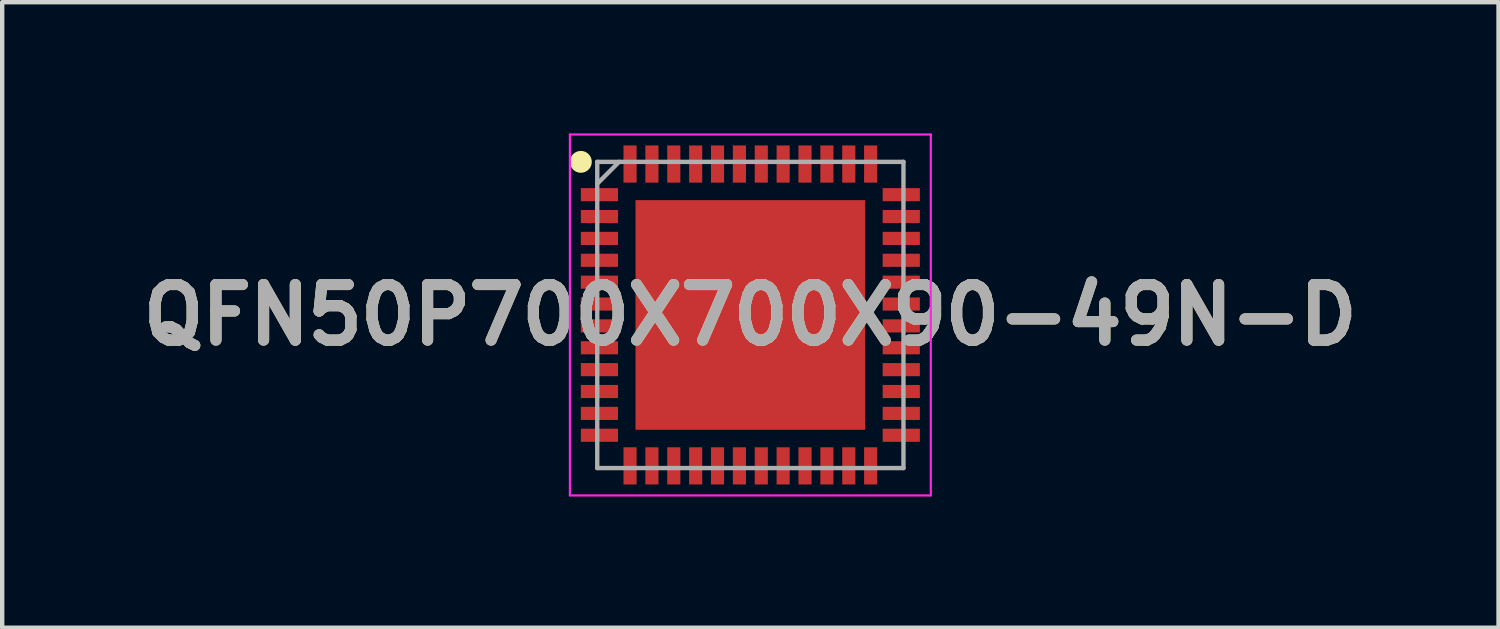
<source format=kicad_pcb>
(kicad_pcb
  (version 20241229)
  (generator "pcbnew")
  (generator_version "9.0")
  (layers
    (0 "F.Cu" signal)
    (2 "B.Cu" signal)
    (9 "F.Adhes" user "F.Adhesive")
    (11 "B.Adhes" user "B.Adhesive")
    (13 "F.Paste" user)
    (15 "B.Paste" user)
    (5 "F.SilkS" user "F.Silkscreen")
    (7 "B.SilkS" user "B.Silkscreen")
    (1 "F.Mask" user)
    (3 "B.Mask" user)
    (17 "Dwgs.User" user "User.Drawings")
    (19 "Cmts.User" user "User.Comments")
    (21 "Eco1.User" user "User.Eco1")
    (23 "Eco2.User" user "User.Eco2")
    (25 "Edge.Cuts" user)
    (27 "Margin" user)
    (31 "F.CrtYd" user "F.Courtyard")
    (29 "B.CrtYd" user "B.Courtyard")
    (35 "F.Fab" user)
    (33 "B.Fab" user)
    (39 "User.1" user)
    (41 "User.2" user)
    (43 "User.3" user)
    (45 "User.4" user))
  (footprint "QFN50P700X700X90-49N-D"
    (layer "F.Cu")
    (at 14.103 4.15)
    (property "Reference" "QFN50P700X700X90-49N-D" (at 0 0 0) (layer "F.SilkS") (effects (font (size 1.27 1.27) (thickness 0.254))))
    (attr smd)
    (fp_circle (center -3.875 -3.5) (end -3.875 -3.375) (stroke (width 0.25) (type solid)) (fill no) (layer "F.SilkS"))
    (fp_line (start -4.125 -4.125) (end 4.125 -4.125) (stroke (width 0.05) (type solid)) (layer "F.CrtYd"))
    (fp_line (start -4.125 4.125) (end -4.125 -4.125) (stroke (width 0.05) (type solid)) (layer "F.CrtYd"))
    (fp_line (start 4.125 -4.125) (end 4.125 4.125) (stroke (width 0.05) (type solid)) (layer "F.CrtYd"))
    (fp_line (start 4.125 4.125) (end -4.125 4.125) (stroke (width 0.05) (type solid)) (layer "F.CrtYd"))
    (fp_line (start -3.5 -3.5) (end 3.5 -3.5) (stroke (width 0.1) (type solid)) (layer "F.Fab"))
    (fp_line (start -3.5 -3) (end -3 -3.5) (stroke (width 0.1) (type solid)) (layer "F.Fab"))
    (fp_line (start -3.5 3.5) (end -3.5 -3.5) (stroke (width 0.1) (type solid)) (layer "F.Fab"))
    (fp_line (start 3.5 -3.5) (end 3.5 3.5) (stroke (width 0.1) (type solid)) (layer "F.Fab"))
    (fp_line (start 3.5 3.5) (end -3.5 3.5) (stroke (width 0.1) (type solid)) (layer "F.Fab"))
    (fp_text user "${REFERENCE}" (at 0 0 0) (layer "F.Fab") (effects (font (size 1.27 1.27) (thickness 0.254))))
    (pad "1" smd rect (at -3.45 -2.75 90) (size 0.3 0.85) (layers "F.Cu" "F.Mask" "F.Paste"))
    (pad "2" smd rect (at -3.45 -2.25 90) (size 0.3 0.85) (layers "F.Cu" "F.Mask" "F.Paste"))
    (pad "3" smd rect (at -3.45 -1.75 90) (size 0.3 0.85) (layers "F.Cu" "F.Mask" "F.Paste"))
    (pad "4" smd rect (at -3.45 -1.25 90) (size 0.3 0.85) (layers "F.Cu" "F.Mask" "F.Paste"))
    (pad "5" smd rect (at -3.45 -0.75 90) (size 0.3 0.85) (layers "F.Cu" "F.Mask" "F.Paste"))
    (pad "6" smd rect (at -3.45 -0.25 90) (size 0.3 0.85) (layers "F.Cu" "F.Mask" "F.Paste"))
    (pad "7" smd rect (at -3.45 0.25 90) (size 0.3 0.85) (layers "F.Cu" "F.Mask" "F.Paste"))
    (pad "8" smd rect (at -3.45 0.75 90) (size 0.3 0.85) (layers "F.Cu" "F.Mask" "F.Paste"))
    (pad "9" smd rect (at -3.45 1.25 90) (size 0.3 0.85) (layers "F.Cu" "F.Mask" "F.Paste"))
    (pad "10" smd rect (at -3.45 1.75 90) (size 0.3 0.85) (layers "F.Cu" "F.Mask" "F.Paste"))
    (pad "11" smd rect (at -3.45 2.25 90) (size 0.3 0.85) (layers "F.Cu" "F.Mask" "F.Paste"))
    (pad "12" smd rect (at -3.45 2.75 90) (size 0.3 0.85) (layers "F.Cu" "F.Mask" "F.Paste"))
    (pad "13" smd rect (at -2.75 3.45) (size 0.3 0.85) (layers "F.Cu" "F.Mask" "F.Paste"))
    (pad "14" smd rect (at -2.25 3.45) (size 0.3 0.85) (layers "F.Cu" "F.Mask" "F.Paste"))
    (pad "15" smd rect (at -1.75 3.45) (size 0.3 0.85) (layers "F.Cu" "F.Mask" "F.Paste"))
    (pad "16" smd rect (at -1.25 3.45) (size 0.3 0.85) (layers "F.Cu" "F.Mask" "F.Paste"))
    (pad "17" smd rect (at -0.75 3.45) (size 0.3 0.85) (layers "F.Cu" "F.Mask" "F.Paste"))
    (pad "18" smd rect (at -0.25 3.45) (size 0.3 0.85) (layers "F.Cu" "F.Mask" "F.Paste"))
    (pad "19" smd rect (at 0.25 3.45) (size 0.3 0.85) (layers "F.Cu" "F.Mask" "F.Paste"))
    (pad "20" smd rect (at 0.75 3.45) (size 0.3 0.85) (layers "F.Cu" "F.Mask" "F.Paste"))
    (pad "21" smd rect (at 1.25 3.45) (size 0.3 0.85) (layers "F.Cu" "F.Mask" "F.Paste"))
    (pad "22" smd rect (at 1.75 3.45) (size 0.3 0.85) (layers "F.Cu" "F.Mask" "F.Paste"))
    (pad "23" smd rect (at 2.25 3.45) (size 0.3 0.85) (layers "F.Cu" "F.Mask" "F.Paste"))
    (pad "24" smd rect (at 2.75 3.45) (size 0.3 0.85) (layers "F.Cu" "F.Mask" "F.Paste"))
    (pad "25" smd rect (at 3.45 2.75 90) (size 0.3 0.85) (layers "F.Cu" "F.Mask" "F.Paste"))
    (pad "26" smd rect (at 3.45 2.25 90) (size 0.3 0.85) (layers "F.Cu" "F.Mask" "F.Paste"))
    (pad "27" smd rect (at 3.45 1.75 90) (size 0.3 0.85) (layers "F.Cu" "F.Mask" "F.Paste"))
    (pad "28" smd rect (at 3.45 1.25 90) (size 0.3 0.85) (layers "F.Cu" "F.Mask" "F.Paste"))
    (pad "29" smd rect (at 3.45 0.75 90) (size 0.3 0.85) (layers "F.Cu" "F.Mask" "F.Paste"))
    (pad "30" smd rect (at 3.45 0.25 90) (size 0.3 0.85) (layers "F.Cu" "F.Mask" "F.Paste"))
    (pad "31" smd rect (at 3.45 -0.25 90) (size 0.3 0.85) (layers "F.Cu" "F.Mask" "F.Paste"))
    (pad "32" smd rect (at 3.45 -0.75 90) (size 0.3 0.85) (layers "F.Cu" "F.Mask" "F.Paste"))
    (pad "33" smd rect (at 3.45 -1.25 90) (size 0.3 0.85) (layers "F.Cu" "F.Mask" "F.Paste"))
    (pad "34" smd rect (at 3.45 -1.75 90) (size 0.3 0.85) (layers "F.Cu" "F.Mask" "F.Paste"))
    (pad "35" smd rect (at 3.45 -2.25 90) (size 0.3 0.85) (layers "F.Cu" "F.Mask" "F.Paste"))
    (pad "36" smd rect (at 3.45 -2.75 90) (size 0.3 0.85) (layers "F.Cu" "F.Mask" "F.Paste"))
    (pad "37" smd rect (at 2.75 -3.45) (size 0.3 0.85) (layers "F.Cu" "F.Mask" "F.Paste"))
    (pad "38" smd rect (at 2.25 -3.45) (size 0.3 0.85) (layers "F.Cu" "F.Mask" "F.Paste"))
    (pad "39" smd rect (at 1.75 -3.45) (size 0.3 0.85) (layers "F.Cu" "F.Mask" "F.Paste"))
    (pad "40" smd rect (at 1.25 -3.45) (size 0.3 0.85) (layers "F.Cu" "F.Mask" "F.Paste"))
    (pad "41" smd rect (at 0.75 -3.45) (size 0.3 0.85) (layers "F.Cu" "F.Mask" "F.Paste"))
    (pad "42" smd rect (at 0.25 -3.45) (size 0.3 0.85) (layers "F.Cu" "F.Mask" "F.Paste"))
    (pad "43" smd rect (at -0.25 -3.45) (size 0.3 0.85) (layers "F.Cu" "F.Mask" "F.Paste"))
    (pad "44" smd rect (at -0.75 -3.45) (size 0.3 0.85) (layers "F.Cu" "F.Mask" "F.Paste"))
    (pad "45" smd rect (at -1.25 -3.45) (size 0.3 0.85) (layers "F.Cu" "F.Mask" "F.Paste"))
    (pad "46" smd rect (at -1.75 -3.45) (size 0.3 0.85) (layers "F.Cu" "F.Mask" "F.Paste"))
    (pad "47" smd rect (at -2.25 -3.45) (size 0.3 0.85) (layers "F.Cu" "F.Mask" "F.Paste"))
    (pad "48" smd rect (at -2.75 -3.45) (size 0.3 0.85) (layers "F.Cu" "F.Mask" "F.Paste"))
    (pad "49" smd rect (at 0 0) (size 5.25 5.25) (layers "F.Cu" "F.Mask" "F.Paste")))
  (gr_rect
    (start -3 -3)
    (end 31.206 11.3)
    (stroke (width 0.1) (type default))
    (fill no)
    (layer "Edge.Cuts")))
</source>
